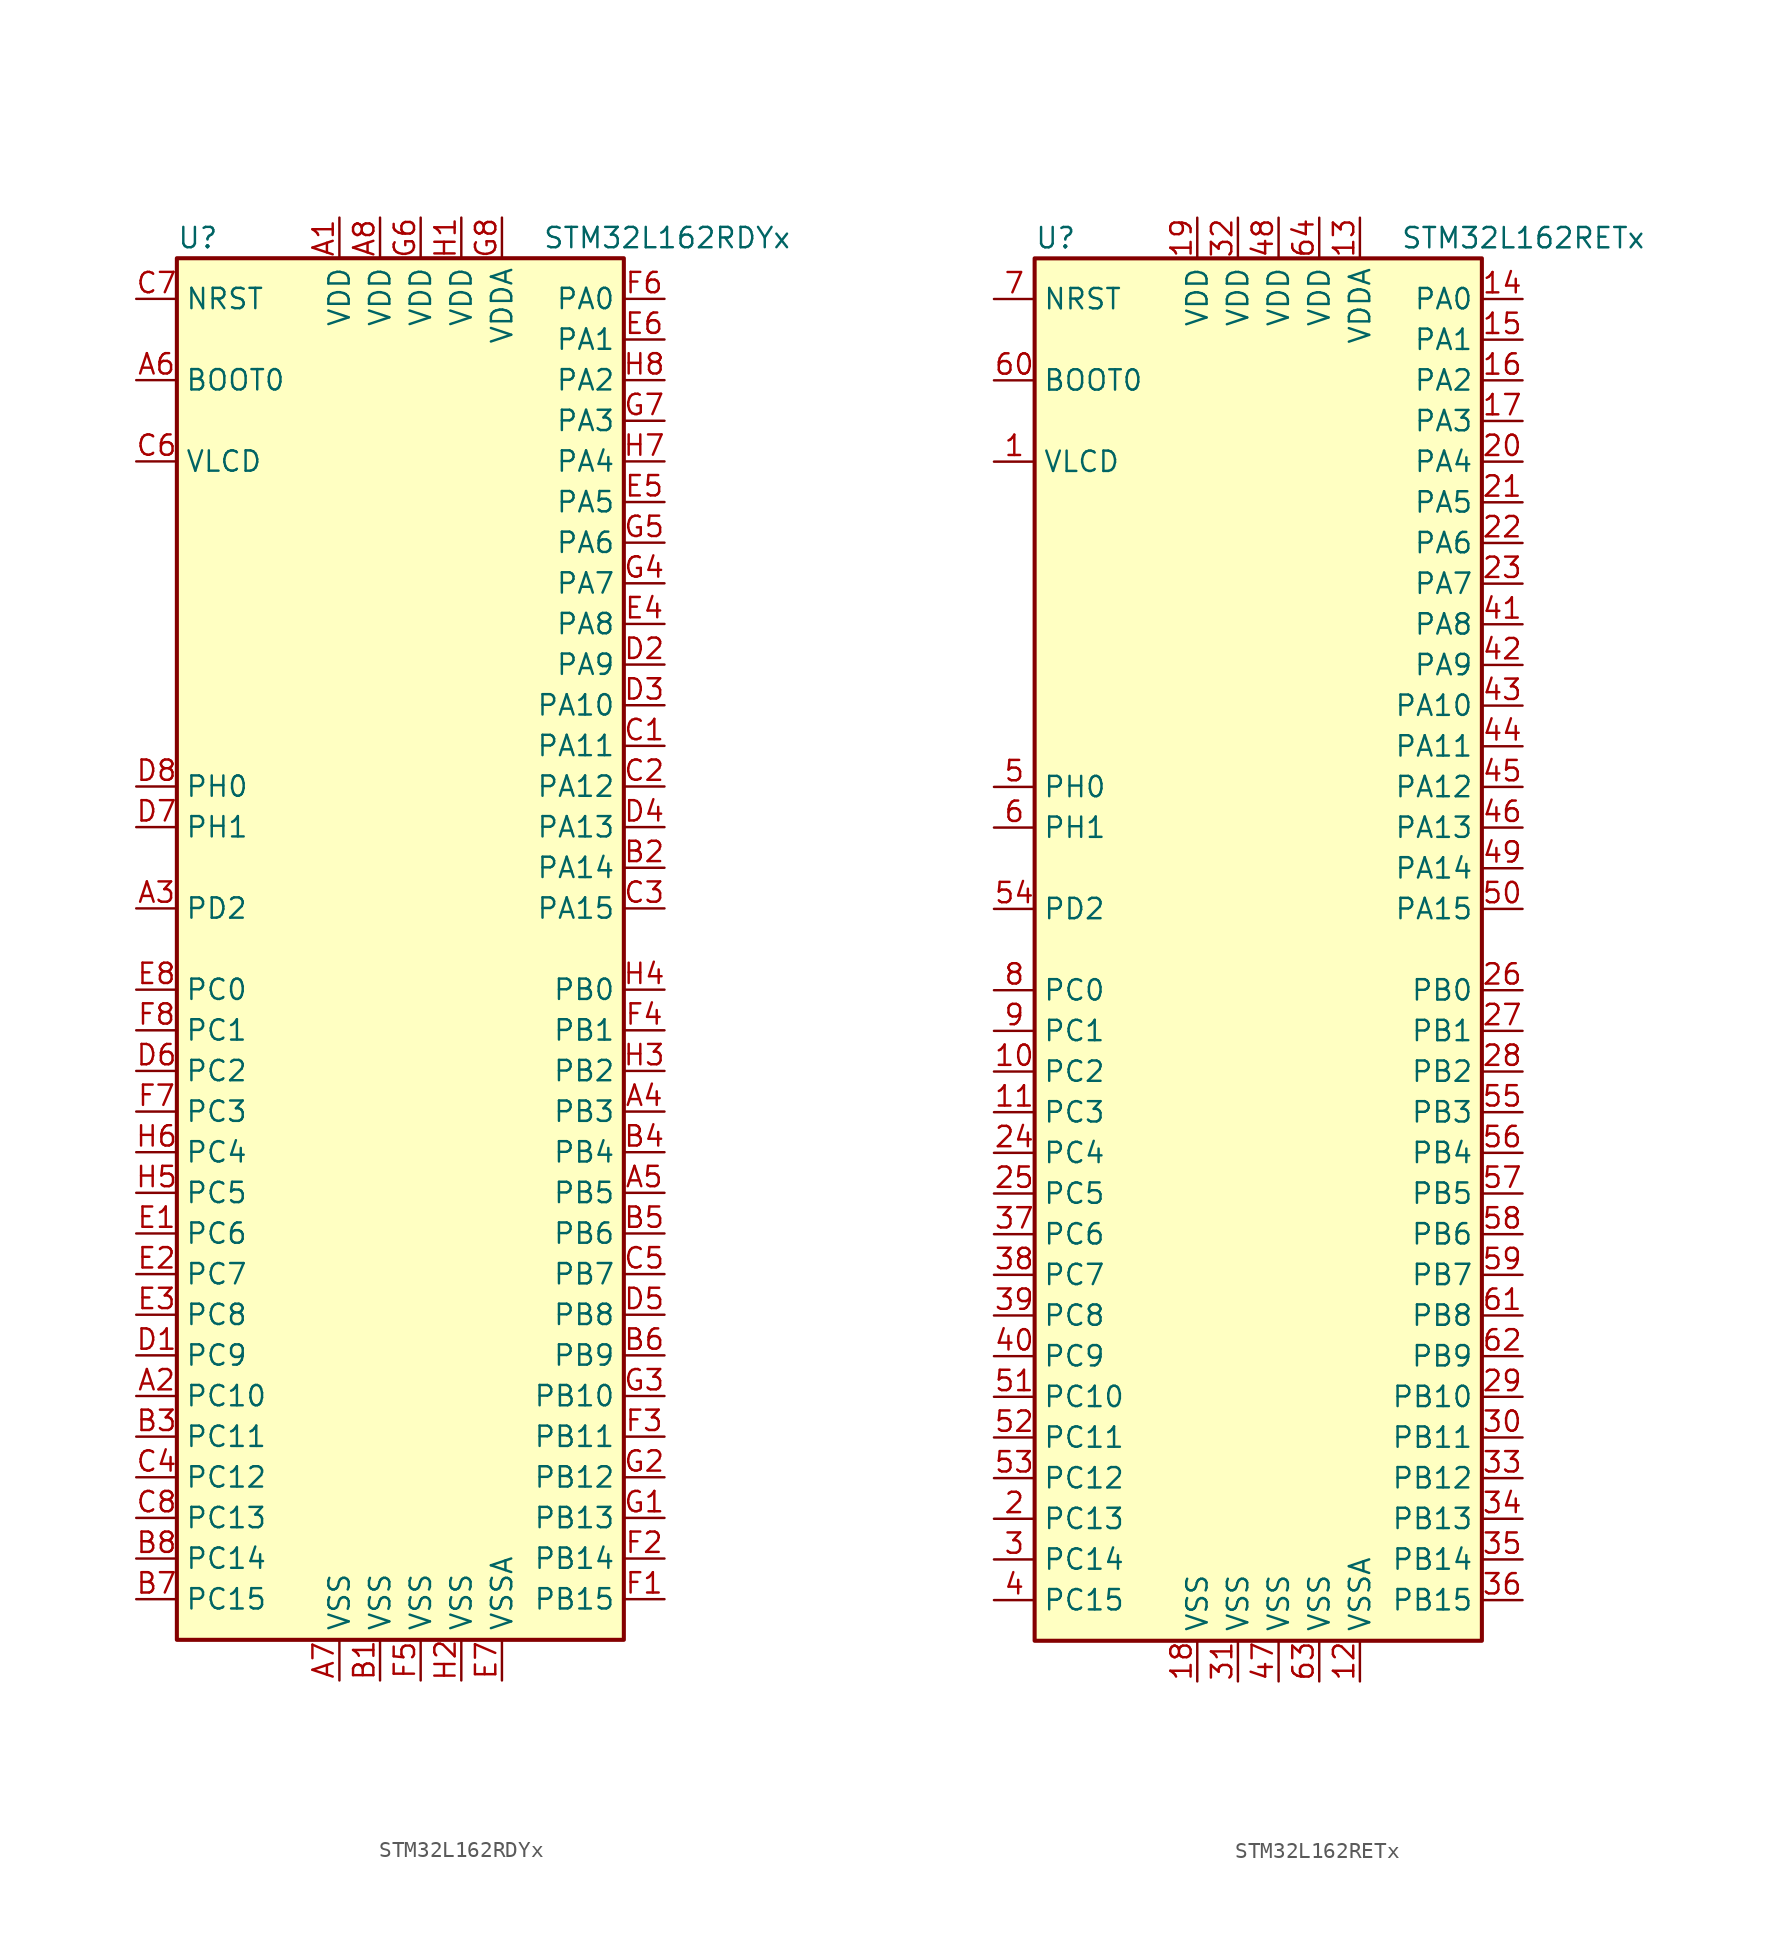
<source format=kicad_sym>
(kicad_symbol_lib
  (version 20201005)
  (generator kicad_symbol_editor)
  (symbol "MCU_ST_STM32L1:STM32L162RDYx"
    (property "Reference" "U"
      (at -15.24 44.45 0)
      (effects (font (size 1.27 1.27)) (justify left)))
    (property "Value" "STM32L162RDYx"
      (at 7.62 44.45 0)
      (effects (font (size 1.27 1.27)) (justify left)))
    (symbol "STM32L162RDYx_0_1"
      (rectangle (start -15.24 -43.18) (end 12.7 43.18) (stroke (width 0.254)) (fill (type background))))
    (symbol "STM32L162RDYx_1_1"
      (pin input line (at -17.78 35.56 0) (length 2.54) (name "BOOT0" (effects (font (size 1.27 1.27)))) (number "A6" (effects (font (size 1.27 1.27)))))
      (pin input line (at -17.78 40.64 0) (length 2.54) (name "NRST" (effects (font (size 1.27 1.27)))) (number "C7" (effects (font (size 1.27 1.27)))))
      (pin bidirectional line (at 15.24 40.64 180) (length 2.54) (name "PA0" (effects (font (size 1.27 1.27)))) (number "F6" (effects (font (size 1.27 1.27)))))
      (pin bidirectional line (at 15.24 38.1 180) (length 2.54) (name "PA1" (effects (font (size 1.27 1.27)))) (number "E6" (effects (font (size 1.27 1.27)))))
      (pin bidirectional line (at 15.24 15.24 180) (length 2.54) (name "PA10" (effects (font (size 1.27 1.27)))) (number "D3" (effects (font (size 1.27 1.27)))))
      (pin bidirectional line (at 15.24 12.7 180) (length 2.54) (name "PA11" (effects (font (size 1.27 1.27)))) (number "C1" (effects (font (size 1.27 1.27)))))
      (pin bidirectional line (at 15.24 10.16 180) (length 2.54) (name "PA12" (effects (font (size 1.27 1.27)))) (number "C2" (effects (font (size 1.27 1.27)))))
      (pin bidirectional line (at 15.24 7.62 180) (length 2.54) (name "PA13" (effects (font (size 1.27 1.27)))) (number "D4" (effects (font (size 1.27 1.27)))))
      (pin bidirectional line (at 15.24 5.08 180) (length 2.54) (name "PA14" (effects (font (size 1.27 1.27)))) (number "B2" (effects (font (size 1.27 1.27)))))
      (pin bidirectional line (at 15.24 2.54 180) (length 2.54) (name "PA15" (effects (font (size 1.27 1.27)))) (number "C3" (effects (font (size 1.27 1.27)))))
      (pin bidirectional line (at 15.24 35.56 180) (length 2.54) (name "PA2" (effects (font (size 1.27 1.27)))) (number "H8" (effects (font (size 1.27 1.27)))))
      (pin bidirectional line (at 15.24 33.02 180) (length 2.54) (name "PA3" (effects (font (size 1.27 1.27)))) (number "G7" (effects (font (size 1.27 1.27)))))
      (pin bidirectional line (at 15.24 30.48 180) (length 2.54) (name "PA4" (effects (font (size 1.27 1.27)))) (number "H7" (effects (font (size 1.27 1.27)))))
      (pin bidirectional line (at 15.24 27.94 180) (length 2.54) (name "PA5" (effects (font (size 1.27 1.27)))) (number "E5" (effects (font (size 1.27 1.27)))))
      (pin bidirectional line (at 15.24 25.4 180) (length 2.54) (name "PA6" (effects (font (size 1.27 1.27)))) (number "G5" (effects (font (size 1.27 1.27)))))
      (pin bidirectional line (at 15.24 22.86 180) (length 2.54) (name "PA7" (effects (font (size 1.27 1.27)))) (number "G4" (effects (font (size 1.27 1.27)))))
      (pin bidirectional line (at 15.24 20.32 180) (length 2.54) (name "PA8" (effects (font (size 1.27 1.27)))) (number "E4" (effects (font (size 1.27 1.27)))))
      (pin bidirectional line (at 15.24 17.78 180) (length 2.54) (name "PA9" (effects (font (size 1.27 1.27)))) (number "D2" (effects (font (size 1.27 1.27)))))
      (pin bidirectional line (at 15.24 -2.54 180) (length 2.54) (name "PB0" (effects (font (size 1.27 1.27)))) (number "H4" (effects (font (size 1.27 1.27)))))
      (pin bidirectional line (at 15.24 -5.08 180) (length 2.54) (name "PB1" (effects (font (size 1.27 1.27)))) (number "F4" (effects (font (size 1.27 1.27)))))
      (pin bidirectional line (at 15.24 -27.94 180) (length 2.54) (name "PB10" (effects (font (size 1.27 1.27)))) (number "G3" (effects (font (size 1.27 1.27)))))
      (pin bidirectional line (at 15.24 -30.48 180) (length 2.54) (name "PB11" (effects (font (size 1.27 1.27)))) (number "F3" (effects (font (size 1.27 1.27)))))
      (pin bidirectional line (at 15.24 -33.02 180) (length 2.54) (name "PB12" (effects (font (size 1.27 1.27)))) (number "G2" (effects (font (size 1.27 1.27)))))
      (pin bidirectional line (at 15.24 -35.56 180) (length 2.54) (name "PB13" (effects (font (size 1.27 1.27)))) (number "G1" (effects (font (size 1.27 1.27)))))
      (pin bidirectional line (at 15.24 -38.1 180) (length 2.54) (name "PB14" (effects (font (size 1.27 1.27)))) (number "F2" (effects (font (size 1.27 1.27)))))
      (pin bidirectional line (at 15.24 -40.64 180) (length 2.54) (name "PB15" (effects (font (size 1.27 1.27)))) (number "F1" (effects (font (size 1.27 1.27)))))
      (pin bidirectional line (at 15.24 -7.62 180) (length 2.54) (name "PB2" (effects (font (size 1.27 1.27)))) (number "H3" (effects (font (size 1.27 1.27)))))
      (pin bidirectional line (at 15.24 -10.16 180) (length 2.54) (name "PB3" (effects (font (size 1.27 1.27)))) (number "A4" (effects (font (size 1.27 1.27)))))
      (pin bidirectional line (at 15.24 -12.7 180) (length 2.54) (name "PB4" (effects (font (size 1.27 1.27)))) (number "B4" (effects (font (size 1.27 1.27)))))
      (pin bidirectional line (at 15.24 -15.24 180) (length 2.54) (name "PB5" (effects (font (size 1.27 1.27)))) (number "A5" (effects (font (size 1.27 1.27)))))
      (pin bidirectional line (at 15.24 -17.78 180) (length 2.54) (name "PB6" (effects (font (size 1.27 1.27)))) (number "B5" (effects (font (size 1.27 1.27)))))
      (pin bidirectional line (at 15.24 -20.32 180) (length 2.54) (name "PB7" (effects (font (size 1.27 1.27)))) (number "C5" (effects (font (size 1.27 1.27)))))
      (pin bidirectional line (at 15.24 -22.86 180) (length 2.54) (name "PB8" (effects (font (size 1.27 1.27)))) (number "D5" (effects (font (size 1.27 1.27)))))
      (pin bidirectional line (at 15.24 -25.4 180) (length 2.54) (name "PB9" (effects (font (size 1.27 1.27)))) (number "B6" (effects (font (size 1.27 1.27)))))
      (pin bidirectional line (at -17.78 -2.54 0) (length 2.54) (name "PC0" (effects (font (size 1.27 1.27)))) (number "E8" (effects (font (size 1.27 1.27)))))
      (pin bidirectional line (at -17.78 -5.08 0) (length 2.54) (name "PC1" (effects (font (size 1.27 1.27)))) (number "F8" (effects (font (size 1.27 1.27)))))
      (pin bidirectional line (at -17.78 -27.94 0) (length 2.54) (name "PC10" (effects (font (size 1.27 1.27)))) (number "A2" (effects (font (size 1.27 1.27)))))
      (pin bidirectional line (at -17.78 -30.48 0) (length 2.54) (name "PC11" (effects (font (size 1.27 1.27)))) (number "B3" (effects (font (size 1.27 1.27)))))
      (pin bidirectional line (at -17.78 -33.02 0) (length 2.54) (name "PC12" (effects (font (size 1.27 1.27)))) (number "C4" (effects (font (size 1.27 1.27)))))
      (pin bidirectional line (at -17.78 -35.56 0) (length 2.54) (name "PC13" (effects (font (size 1.27 1.27)))) (number "C8" (effects (font (size 1.27 1.27)))))
      (pin bidirectional line (at -17.78 -38.1 0) (length 2.54) (name "PC14" (effects (font (size 1.27 1.27)))) (number "B8" (effects (font (size 1.27 1.27)))))
      (pin bidirectional line (at -17.78 -40.64 0) (length 2.54) (name "PC15" (effects (font (size 1.27 1.27)))) (number "B7" (effects (font (size 1.27 1.27)))))
      (pin bidirectional line (at -17.78 -7.62 0) (length 2.54) (name "PC2" (effects (font (size 1.27 1.27)))) (number "D6" (effects (font (size 1.27 1.27)))))
      (pin bidirectional line (at -17.78 -10.16 0) (length 2.54) (name "PC3" (effects (font (size 1.27 1.27)))) (number "F7" (effects (font (size 1.27 1.27)))))
      (pin bidirectional line (at -17.78 -12.7 0) (length 2.54) (name "PC4" (effects (font (size 1.27 1.27)))) (number "H6" (effects (font (size 1.27 1.27)))))
      (pin bidirectional line (at -17.78 -15.24 0) (length 2.54) (name "PC5" (effects (font (size 1.27 1.27)))) (number "H5" (effects (font (size 1.27 1.27)))))
      (pin bidirectional line (at -17.78 -17.78 0) (length 2.54) (name "PC6" (effects (font (size 1.27 1.27)))) (number "E1" (effects (font (size 1.27 1.27)))))
      (pin bidirectional line (at -17.78 -20.32 0) (length 2.54) (name "PC7" (effects (font (size 1.27 1.27)))) (number "E2" (effects (font (size 1.27 1.27)))))
      (pin bidirectional line (at -17.78 -22.86 0) (length 2.54) (name "PC8" (effects (font (size 1.27 1.27)))) (number "E3" (effects (font (size 1.27 1.27)))))
      (pin bidirectional line (at -17.78 -25.4 0) (length 2.54) (name "PC9" (effects (font (size 1.27 1.27)))) (number "D1" (effects (font (size 1.27 1.27)))))
      (pin bidirectional line (at -17.78 2.54 0) (length 2.54) (name "PD2" (effects (font (size 1.27 1.27)))) (number "A3" (effects (font (size 1.27 1.27)))))
      (pin input line (at -17.78 10.16 0) (length 2.54) (name "PH0" (effects (font (size 1.27 1.27)))) (number "D8" (effects (font (size 1.27 1.27)))))
      (pin input line (at -17.78 7.62 0) (length 2.54) (name "PH1" (effects (font (size 1.27 1.27)))) (number "D7" (effects (font (size 1.27 1.27)))))
      (pin power_in line (at -5.08 45.72 270) (length 2.54) (name "VDD" (effects (font (size 1.27 1.27)))) (number "A1" (effects (font (size 1.27 1.27)))))
      (pin power_in line (at -2.54 45.72 270) (length 2.54) (name "VDD" (effects (font (size 1.27 1.27)))) (number "A8" (effects (font (size 1.27 1.27)))))
      (pin power_in line (at 0 45.72 270) (length 2.54) (name "VDD" (effects (font (size 1.27 1.27)))) (number "G6" (effects (font (size 1.27 1.27)))))
      (pin power_in line (at 2.54 45.72 270) (length 2.54) (name "VDD" (effects (font (size 1.27 1.27)))) (number "H1" (effects (font (size 1.27 1.27)))))
      (pin power_in line (at 5.08 45.72 270) (length 2.54) (name "VDDA" (effects (font (size 1.27 1.27)))) (number "G8" (effects (font (size 1.27 1.27)))))
      (pin power_in line (at -17.78 30.48 0) (length 2.54) (name "VLCD" (effects (font (size 1.27 1.27)))) (number "C6" (effects (font (size 1.27 1.27)))))
      (pin power_in line (at -5.08 -45.72 90) (length 2.54) (name "VSS" (effects (font (size 1.27 1.27)))) (number "A7" (effects (font (size 1.27 1.27)))))
      (pin power_in line (at -2.54 -45.72 90) (length 2.54) (name "VSS" (effects (font (size 1.27 1.27)))) (number "B1" (effects (font (size 1.27 1.27)))))
      (pin power_in line (at 0 -45.72 90) (length 2.54) (name "VSS" (effects (font (size 1.27 1.27)))) (number "F5" (effects (font (size 1.27 1.27)))))
      (pin power_in line (at 2.54 -45.72 90) (length 2.54) (name "VSS" (effects (font (size 1.27 1.27)))) (number "H2" (effects (font (size 1.27 1.27)))))
      (pin power_in line (at 5.08 -45.72 90) (length 2.54) (name "VSSA" (effects (font (size 1.27 1.27)))) (number "E7" (effects (font (size 1.27 1.27)))))))
  (symbol "MCU_ST_STM32L1:STM32L162RETx"
    (property "Reference" "U"
      (at -15.24 44.45 0)
      (effects (font (size 1.27 1.27)) (justify left)))
    (property "Value" "STM32L162RETx"
      (at 7.62 44.45 0)
      (effects (font (size 1.27 1.27)) (justify left)))
    (symbol "STM32L162RETx_0_1"
      (rectangle (start -15.24 -43.18) (end 12.7 43.18) (stroke (width 0.254)) (fill (type background))))
    (symbol "STM32L162RETx_1_1"
      (pin input line (at -17.78 35.56 0) (length 2.54) (name "BOOT0" (effects (font (size 1.27 1.27)))) (number "60" (effects (font (size 1.27 1.27)))))
      (pin input line (at -17.78 40.64 0) (length 2.54) (name "NRST" (effects (font (size 1.27 1.27)))) (number "7" (effects (font (size 1.27 1.27)))))
      (pin bidirectional line (at 15.24 40.64 180) (length 2.54) (name "PA0" (effects (font (size 1.27 1.27)))) (number "14" (effects (font (size 1.27 1.27)))))
      (pin bidirectional line (at 15.24 38.1 180) (length 2.54) (name "PA1" (effects (font (size 1.27 1.27)))) (number "15" (effects (font (size 1.27 1.27)))))
      (pin bidirectional line (at 15.24 15.24 180) (length 2.54) (name "PA10" (effects (font (size 1.27 1.27)))) (number "43" (effects (font (size 1.27 1.27)))))
      (pin bidirectional line (at 15.24 12.7 180) (length 2.54) (name "PA11" (effects (font (size 1.27 1.27)))) (number "44" (effects (font (size 1.27 1.27)))))
      (pin bidirectional line (at 15.24 10.16 180) (length 2.54) (name "PA12" (effects (font (size 1.27 1.27)))) (number "45" (effects (font (size 1.27 1.27)))))
      (pin bidirectional line (at 15.24 7.62 180) (length 2.54) (name "PA13" (effects (font (size 1.27 1.27)))) (number "46" (effects (font (size 1.27 1.27)))))
      (pin bidirectional line (at 15.24 5.08 180) (length 2.54) (name "PA14" (effects (font (size 1.27 1.27)))) (number "49" (effects (font (size 1.27 1.27)))))
      (pin bidirectional line (at 15.24 2.54 180) (length 2.54) (name "PA15" (effects (font (size 1.27 1.27)))) (number "50" (effects (font (size 1.27 1.27)))))
      (pin bidirectional line (at 15.24 35.56 180) (length 2.54) (name "PA2" (effects (font (size 1.27 1.27)))) (number "16" (effects (font (size 1.27 1.27)))))
      (pin bidirectional line (at 15.24 33.02 180) (length 2.54) (name "PA3" (effects (font (size 1.27 1.27)))) (number "17" (effects (font (size 1.27 1.27)))))
      (pin bidirectional line (at 15.24 30.48 180) (length 2.54) (name "PA4" (effects (font (size 1.27 1.27)))) (number "20" (effects (font (size 1.27 1.27)))))
      (pin bidirectional line (at 15.24 27.94 180) (length 2.54) (name "PA5" (effects (font (size 1.27 1.27)))) (number "21" (effects (font (size 1.27 1.27)))))
      (pin bidirectional line (at 15.24 25.4 180) (length 2.54) (name "PA6" (effects (font (size 1.27 1.27)))) (number "22" (effects (font (size 1.27 1.27)))))
      (pin bidirectional line (at 15.24 22.86 180) (length 2.54) (name "PA7" (effects (font (size 1.27 1.27)))) (number "23" (effects (font (size 1.27 1.27)))))
      (pin bidirectional line (at 15.24 20.32 180) (length 2.54) (name "PA8" (effects (font (size 1.27 1.27)))) (number "41" (effects (font (size 1.27 1.27)))))
      (pin bidirectional line (at 15.24 17.78 180) (length 2.54) (name "PA9" (effects (font (size 1.27 1.27)))) (number "42" (effects (font (size 1.27 1.27)))))
      (pin bidirectional line (at 15.24 -2.54 180) (length 2.54) (name "PB0" (effects (font (size 1.27 1.27)))) (number "26" (effects (font (size 1.27 1.27)))))
      (pin bidirectional line (at 15.24 -5.08 180) (length 2.54) (name "PB1" (effects (font (size 1.27 1.27)))) (number "27" (effects (font (size 1.27 1.27)))))
      (pin bidirectional line (at 15.24 -27.94 180) (length 2.54) (name "PB10" (effects (font (size 1.27 1.27)))) (number "29" (effects (font (size 1.27 1.27)))))
      (pin bidirectional line (at 15.24 -30.48 180) (length 2.54) (name "PB11" (effects (font (size 1.27 1.27)))) (number "30" (effects (font (size 1.27 1.27)))))
      (pin bidirectional line (at 15.24 -33.02 180) (length 2.54) (name "PB12" (effects (font (size 1.27 1.27)))) (number "33" (effects (font (size 1.27 1.27)))))
      (pin bidirectional line (at 15.24 -35.56 180) (length 2.54) (name "PB13" (effects (font (size 1.27 1.27)))) (number "34" (effects (font (size 1.27 1.27)))))
      (pin bidirectional line (at 15.24 -38.1 180) (length 2.54) (name "PB14" (effects (font (size 1.27 1.27)))) (number "35" (effects (font (size 1.27 1.27)))))
      (pin bidirectional line (at 15.24 -40.64 180) (length 2.54) (name "PB15" (effects (font (size 1.27 1.27)))) (number "36" (effects (font (size 1.27 1.27)))))
      (pin bidirectional line (at 15.24 -7.62 180) (length 2.54) (name "PB2" (effects (font (size 1.27 1.27)))) (number "28" (effects (font (size 1.27 1.27)))))
      (pin bidirectional line (at 15.24 -10.16 180) (length 2.54) (name "PB3" (effects (font (size 1.27 1.27)))) (number "55" (effects (font (size 1.27 1.27)))))
      (pin bidirectional line (at 15.24 -12.7 180) (length 2.54) (name "PB4" (effects (font (size 1.27 1.27)))) (number "56" (effects (font (size 1.27 1.27)))))
      (pin bidirectional line (at 15.24 -15.24 180) (length 2.54) (name "PB5" (effects (font (size 1.27 1.27)))) (number "57" (effects (font (size 1.27 1.27)))))
      (pin bidirectional line (at 15.24 -17.78 180) (length 2.54) (name "PB6" (effects (font (size 1.27 1.27)))) (number "58" (effects (font (size 1.27 1.27)))))
      (pin bidirectional line (at 15.24 -20.32 180) (length 2.54) (name "PB7" (effects (font (size 1.27 1.27)))) (number "59" (effects (font (size 1.27 1.27)))))
      (pin bidirectional line (at 15.24 -22.86 180) (length 2.54) (name "PB8" (effects (font (size 1.27 1.27)))) (number "61" (effects (font (size 1.27 1.27)))))
      (pin bidirectional line (at 15.24 -25.4 180) (length 2.54) (name "PB9" (effects (font (size 1.27 1.27)))) (number "62" (effects (font (size 1.27 1.27)))))
      (pin bidirectional line (at -17.78 -2.54 0) (length 2.54) (name "PC0" (effects (font (size 1.27 1.27)))) (number "8" (effects (font (size 1.27 1.27)))))
      (pin bidirectional line (at -17.78 -5.08 0) (length 2.54) (name "PC1" (effects (font (size 1.27 1.27)))) (number "9" (effects (font (size 1.27 1.27)))))
      (pin bidirectional line (at -17.78 -27.94 0) (length 2.54) (name "PC10" (effects (font (size 1.27 1.27)))) (number "51" (effects (font (size 1.27 1.27)))))
      (pin bidirectional line (at -17.78 -30.48 0) (length 2.54) (name "PC11" (effects (font (size 1.27 1.27)))) (number "52" (effects (font (size 1.27 1.27)))))
      (pin bidirectional line (at -17.78 -33.02 0) (length 2.54) (name "PC12" (effects (font (size 1.27 1.27)))) (number "53" (effects (font (size 1.27 1.27)))))
      (pin bidirectional line (at -17.78 -35.56 0) (length 2.54) (name "PC13" (effects (font (size 1.27 1.27)))) (number "2" (effects (font (size 1.27 1.27)))))
      (pin bidirectional line (at -17.78 -38.1 0) (length 2.54) (name "PC14" (effects (font (size 1.27 1.27)))) (number "3" (effects (font (size 1.27 1.27)))))
      (pin bidirectional line (at -17.78 -40.64 0) (length 2.54) (name "PC15" (effects (font (size 1.27 1.27)))) (number "4" (effects (font (size 1.27 1.27)))))
      (pin bidirectional line (at -17.78 -7.62 0) (length 2.54) (name "PC2" (effects (font (size 1.27 1.27)))) (number "10" (effects (font (size 1.27 1.27)))))
      (pin bidirectional line (at -17.78 -10.16 0) (length 2.54) (name "PC3" (effects (font (size 1.27 1.27)))) (number "11" (effects (font (size 1.27 1.27)))))
      (pin bidirectional line (at -17.78 -12.7 0) (length 2.54) (name "PC4" (effects (font (size 1.27 1.27)))) (number "24" (effects (font (size 1.27 1.27)))))
      (pin bidirectional line (at -17.78 -15.24 0) (length 2.54) (name "PC5" (effects (font (size 1.27 1.27)))) (number "25" (effects (font (size 1.27 1.27)))))
      (pin bidirectional line (at -17.78 -17.78 0) (length 2.54) (name "PC6" (effects (font (size 1.27 1.27)))) (number "37" (effects (font (size 1.27 1.27)))))
      (pin bidirectional line (at -17.78 -20.32 0) (length 2.54) (name "PC7" (effects (font (size 1.27 1.27)))) (number "38" (effects (font (size 1.27 1.27)))))
      (pin bidirectional line (at -17.78 -22.86 0) (length 2.54) (name "PC8" (effects (font (size 1.27 1.27)))) (number "39" (effects (font (size 1.27 1.27)))))
      (pin bidirectional line (at -17.78 -25.4 0) (length 2.54) (name "PC9" (effects (font (size 1.27 1.27)))) (number "40" (effects (font (size 1.27 1.27)))))
      (pin bidirectional line (at -17.78 2.54 0) (length 2.54) (name "PD2" (effects (font (size 1.27 1.27)))) (number "54" (effects (font (size 1.27 1.27)))))
      (pin input line (at -17.78 10.16 0) (length 2.54) (name "PH0" (effects (font (size 1.27 1.27)))) (number "5" (effects (font (size 1.27 1.27)))))
      (pin input line (at -17.78 7.62 0) (length 2.54) (name "PH1" (effects (font (size 1.27 1.27)))) (number "6" (effects (font (size 1.27 1.27)))))
      (pin power_in line (at -5.08 45.72 270) (length 2.54) (name "VDD" (effects (font (size 1.27 1.27)))) (number "19" (effects (font (size 1.27 1.27)))))
      (pin power_in line (at -2.54 45.72 270) (length 2.54) (name "VDD" (effects (font (size 1.27 1.27)))) (number "32" (effects (font (size 1.27 1.27)))))
      (pin power_in line (at 0 45.72 270) (length 2.54) (name "VDD" (effects (font (size 1.27 1.27)))) (number "48" (effects (font (size 1.27 1.27)))))
      (pin power_in line (at 2.54 45.72 270) (length 2.54) (name "VDD" (effects (font (size 1.27 1.27)))) (number "64" (effects (font (size 1.27 1.27)))))
      (pin power_in line (at 5.08 45.72 270) (length 2.54) (name "VDDA" (effects (font (size 1.27 1.27)))) (number "13" (effects (font (size 1.27 1.27)))))
      (pin power_in line (at -17.78 30.48 0) (length 2.54) (name "VLCD" (effects (font (size 1.27 1.27)))) (number "1" (effects (font (size 1.27 1.27)))))
      (pin power_in line (at -5.08 -45.72 90) (length 2.54) (name "VSS" (effects (font (size 1.27 1.27)))) (number "18" (effects (font (size 1.27 1.27)))))
      (pin power_in line (at -2.54 -45.72 90) (length 2.54) (name "VSS" (effects (font (size 1.27 1.27)))) (number "31" (effects (font (size 1.27 1.27)))))
      (pin power_in line (at 0 -45.72 90) (length 2.54) (name "VSS" (effects (font (size 1.27 1.27)))) (number "47" (effects (font (size 1.27 1.27)))))
      (pin power_in line (at 2.54 -45.72 90) (length 2.54) (name "VSS" (effects (font (size 1.27 1.27)))) (number "63" (effects (font (size 1.27 1.27)))))
      (pin power_in line (at 5.08 -45.72 90) (length 2.54) (name "VSSA" (effects (font (size 1.27 1.27)))) (number "12" (effects (font (size 1.27 1.27))))))))
</source>
